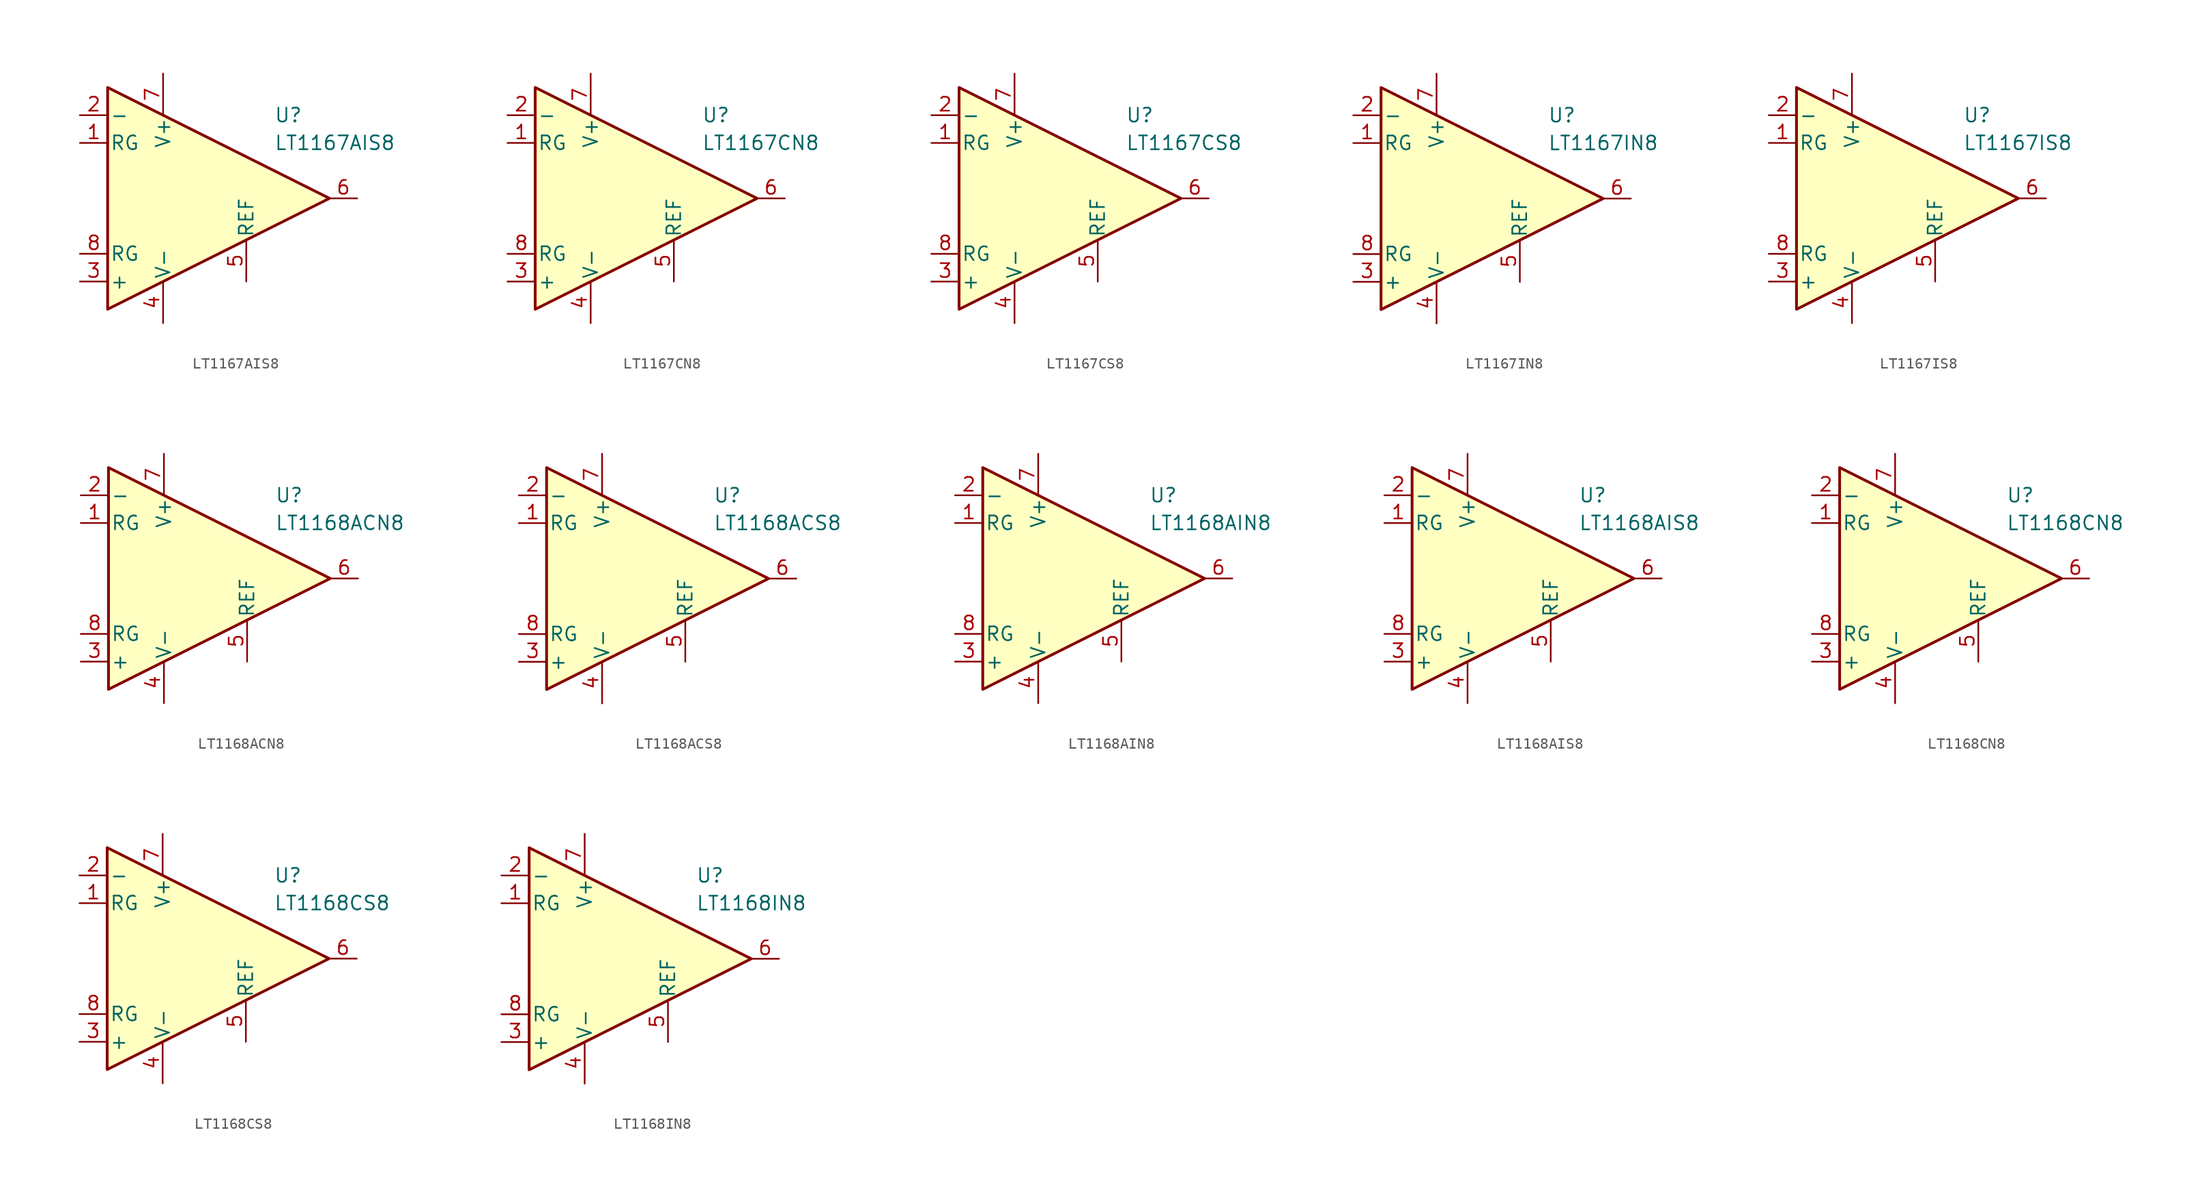
<source format=kicad_sym>
(kicad_symbol_lib
  (version 20231120)
  (generator "kicad_symbol_editor")
  (generator_version "8.0")
  (symbol "LT1167AIS8"
    (pin_names
      (offset 0.2))
    (property "Reference" "U"
      (at 6.35 7.62 0)
      (effects (font (size 1.27 1.27)) (justify left)))
    (property "Value" "LT1167AIS8"
      (at 6.35 5.08 0)
      (effects (font (size 1.27 1.27)) (justify left)))
    (symbol "LT1167AIS8_0_1"
      (polyline (pts (xy -8.89 10.16) (xy -8.89 -10.16) (xy 11.43 0) (xy -8.89 10.16)) (stroke (width 0.254) (type default)) (fill (type background))))
    (symbol "LT1167AIS8_1_1"
      (pin passive line (at -11.43 5.08 0) (length 2.54) (name "RG" (effects (font (size 1.27 1.27)))) (number "1" (effects (font (size 1.27 1.27)))))
      (pin input line (at -11.43 7.62 0) (length 2.54) (name "-" (effects (font (size 1.27 1.27)))) (number "2" (effects (font (size 1.27 1.27)))))
      (pin input line (at -11.43 -7.62 0) (length 2.54) (name "+" (effects (font (size 1.27 1.27)))) (number "3" (effects (font (size 1.27 1.27)))))
      (pin power_in line (at -3.81 -11.43 90) (length 3.81) (name "V-" (effects (font (size 1.27 1.27)))) (number "4" (effects (font (size 1.27 1.27)))))
      (pin input line (at 3.81 -7.62 90) (length 3.81) (name "REF" (effects (font (size 1.27 1.27)))) (number "5" (effects (font (size 1.27 1.27)))))
      (pin output line (at 13.97 0 180) (length 2.54) (name "~" (effects (font (size 1.27 1.27)))) (number "6" (effects (font (size 1.27 1.27)))))
      (pin power_in line (at -3.81 11.43 270) (length 3.81) (name "V+" (effects (font (size 1.27 1.27)))) (number "7" (effects (font (size 1.27 1.27)))))
      (pin passive line (at -11.43 -5.08 0) (length 2.54) (name "RG" (effects (font (size 1.27 1.27)))) (number "8" (effects (font (size 1.27 1.27)))))))
  (symbol "LT1167CN8"
    (pin_names
      (offset 0.2))
    (property "Reference" "U"
      (at 6.35 7.62 0)
      (effects (font (size 1.27 1.27)) (justify left)))
    (property "Value" "LT1167CN8"
      (at 6.35 5.08 0)
      (effects (font (size 1.27 1.27)) (justify left)))
    (symbol "LT1167CN8_0_1"
      (polyline (pts (xy -8.89 10.16) (xy -8.89 -10.16) (xy 11.43 0) (xy -8.89 10.16)) (stroke (width 0.254) (type default)) (fill (type background))))
    (symbol "LT1167CN8_1_1"
      (pin passive line (at -11.43 5.08 0) (length 2.54) (name "RG" (effects (font (size 1.27 1.27)))) (number "1" (effects (font (size 1.27 1.27)))))
      (pin input line (at -11.43 7.62 0) (length 2.54) (name "-" (effects (font (size 1.27 1.27)))) (number "2" (effects (font (size 1.27 1.27)))))
      (pin input line (at -11.43 -7.62 0) (length 2.54) (name "+" (effects (font (size 1.27 1.27)))) (number "3" (effects (font (size 1.27 1.27)))))
      (pin power_in line (at -3.81 -11.43 90) (length 3.81) (name "V-" (effects (font (size 1.27 1.27)))) (number "4" (effects (font (size 1.27 1.27)))))
      (pin input line (at 3.81 -7.62 90) (length 3.81) (name "REF" (effects (font (size 1.27 1.27)))) (number "5" (effects (font (size 1.27 1.27)))))
      (pin output line (at 13.97 0 180) (length 2.54) (name "~" (effects (font (size 1.27 1.27)))) (number "6" (effects (font (size 1.27 1.27)))))
      (pin power_in line (at -3.81 11.43 270) (length 3.81) (name "V+" (effects (font (size 1.27 1.27)))) (number "7" (effects (font (size 1.27 1.27)))))
      (pin passive line (at -11.43 -5.08 0) (length 2.54) (name "RG" (effects (font (size 1.27 1.27)))) (number "8" (effects (font (size 1.27 1.27)))))))
  (symbol "LT1167CS8"
    (pin_names
      (offset 0.2))
    (property "Reference" "U"
      (at 6.35 7.62 0)
      (effects (font (size 1.27 1.27)) (justify left)))
    (property "Value" "LT1167CS8"
      (at 6.35 5.08 0)
      (effects (font (size 1.27 1.27)) (justify left)))
    (symbol "LT1167CS8_0_1"
      (polyline (pts (xy -8.89 10.16) (xy -8.89 -10.16) (xy 11.43 0) (xy -8.89 10.16)) (stroke (width 0.254) (type default)) (fill (type background))))
    (symbol "LT1167CS8_1_1"
      (pin passive line (at -11.43 5.08 0) (length 2.54) (name "RG" (effects (font (size 1.27 1.27)))) (number "1" (effects (font (size 1.27 1.27)))))
      (pin input line (at -11.43 7.62 0) (length 2.54) (name "-" (effects (font (size 1.27 1.27)))) (number "2" (effects (font (size 1.27 1.27)))))
      (pin input line (at -11.43 -7.62 0) (length 2.54) (name "+" (effects (font (size 1.27 1.27)))) (number "3" (effects (font (size 1.27 1.27)))))
      (pin power_in line (at -3.81 -11.43 90) (length 3.81) (name "V-" (effects (font (size 1.27 1.27)))) (number "4" (effects (font (size 1.27 1.27)))))
      (pin input line (at 3.81 -7.62 90) (length 3.81) (name "REF" (effects (font (size 1.27 1.27)))) (number "5" (effects (font (size 1.27 1.27)))))
      (pin output line (at 13.97 0 180) (length 2.54) (name "~" (effects (font (size 1.27 1.27)))) (number "6" (effects (font (size 1.27 1.27)))))
      (pin power_in line (at -3.81 11.43 270) (length 3.81) (name "V+" (effects (font (size 1.27 1.27)))) (number "7" (effects (font (size 1.27 1.27)))))
      (pin passive line (at -11.43 -5.08 0) (length 2.54) (name "RG" (effects (font (size 1.27 1.27)))) (number "8" (effects (font (size 1.27 1.27)))))))
  (symbol "LT1167IN8"
    (pin_names
      (offset 0.2))
    (property "Reference" "U"
      (at 6.35 7.62 0)
      (effects (font (size 1.27 1.27)) (justify left)))
    (property "Value" "LT1167IN8"
      (at 6.35 5.08 0)
      (effects (font (size 1.27 1.27)) (justify left)))
    (symbol "LT1167IN8_0_1"
      (polyline (pts (xy -8.89 10.16) (xy -8.89 -10.16) (xy 11.43 0) (xy -8.89 10.16)) (stroke (width 0.254) (type default)) (fill (type background))))
    (symbol "LT1167IN8_1_1"
      (pin passive line (at -11.43 5.08 0) (length 2.54) (name "RG" (effects (font (size 1.27 1.27)))) (number "1" (effects (font (size 1.27 1.27)))))
      (pin input line (at -11.43 7.62 0) (length 2.54) (name "-" (effects (font (size 1.27 1.27)))) (number "2" (effects (font (size 1.27 1.27)))))
      (pin input line (at -11.43 -7.62 0) (length 2.54) (name "+" (effects (font (size 1.27 1.27)))) (number "3" (effects (font (size 1.27 1.27)))))
      (pin power_in line (at -3.81 -11.43 90) (length 3.81) (name "V-" (effects (font (size 1.27 1.27)))) (number "4" (effects (font (size 1.27 1.27)))))
      (pin input line (at 3.81 -7.62 90) (length 3.81) (name "REF" (effects (font (size 1.27 1.27)))) (number "5" (effects (font (size 1.27 1.27)))))
      (pin output line (at 13.97 0 180) (length 2.54) (name "~" (effects (font (size 1.27 1.27)))) (number "6" (effects (font (size 1.27 1.27)))))
      (pin power_in line (at -3.81 11.43 270) (length 3.81) (name "V+" (effects (font (size 1.27 1.27)))) (number "7" (effects (font (size 1.27 1.27)))))
      (pin passive line (at -11.43 -5.08 0) (length 2.54) (name "RG" (effects (font (size 1.27 1.27)))) (number "8" (effects (font (size 1.27 1.27)))))))
  (symbol "LT1167IS8"
    (pin_names
      (offset 0.2))
    (property "Reference" "U"
      (at 6.35 7.62 0)
      (effects (font (size 1.27 1.27)) (justify left)))
    (property "Value" "LT1167IS8"
      (at 6.35 5.08 0)
      (effects (font (size 1.27 1.27)) (justify left)))
    (symbol "LT1167IS8_0_1"
      (polyline (pts (xy -8.89 10.16) (xy -8.89 -10.16) (xy 11.43 0) (xy -8.89 10.16)) (stroke (width 0.254) (type default)) (fill (type background))))
    (symbol "LT1167IS8_1_1"
      (pin passive line (at -11.43 5.08 0) (length 2.54) (name "RG" (effects (font (size 1.27 1.27)))) (number "1" (effects (font (size 1.27 1.27)))))
      (pin input line (at -11.43 7.62 0) (length 2.54) (name "-" (effects (font (size 1.27 1.27)))) (number "2" (effects (font (size 1.27 1.27)))))
      (pin input line (at -11.43 -7.62 0) (length 2.54) (name "+" (effects (font (size 1.27 1.27)))) (number "3" (effects (font (size 1.27 1.27)))))
      (pin power_in line (at -3.81 -11.43 90) (length 3.81) (name "V-" (effects (font (size 1.27 1.27)))) (number "4" (effects (font (size 1.27 1.27)))))
      (pin input line (at 3.81 -7.62 90) (length 3.81) (name "REF" (effects (font (size 1.27 1.27)))) (number "5" (effects (font (size 1.27 1.27)))))
      (pin output line (at 13.97 0 180) (length 2.54) (name "~" (effects (font (size 1.27 1.27)))) (number "6" (effects (font (size 1.27 1.27)))))
      (pin power_in line (at -3.81 11.43 270) (length 3.81) (name "V+" (effects (font (size 1.27 1.27)))) (number "7" (effects (font (size 1.27 1.27)))))
      (pin passive line (at -11.43 -5.08 0) (length 2.54) (name "RG" (effects (font (size 1.27 1.27)))) (number "8" (effects (font (size 1.27 1.27)))))))
  (symbol "LT1168ACN8"
    (pin_names
      (offset 0.2))
    (property "Reference" "U"
      (at 6.35 7.62 0)
      (effects (font (size 1.27 1.27)) (justify left)))
    (property "Value" "LT1168ACN8"
      (at 6.35 5.08 0)
      (effects (font (size 1.27 1.27)) (justify left)))
    (symbol "LT1168ACN8_0_1"
      (polyline (pts (xy -8.89 10.16) (xy -8.89 -10.16) (xy 11.43 0) (xy -8.89 10.16)) (stroke (width 0.254) (type default)) (fill (type background))))
    (symbol "LT1168ACN8_1_1"
      (pin passive line (at -11.43 5.08 0) (length 2.54) (name "RG" (effects (font (size 1.27 1.27)))) (number "1" (effects (font (size 1.27 1.27)))))
      (pin input line (at -11.43 7.62 0) (length 2.54) (name "-" (effects (font (size 1.27 1.27)))) (number "2" (effects (font (size 1.27 1.27)))))
      (pin input line (at -11.43 -7.62 0) (length 2.54) (name "+" (effects (font (size 1.27 1.27)))) (number "3" (effects (font (size 1.27 1.27)))))
      (pin power_in line (at -3.81 -11.43 90) (length 3.81) (name "V-" (effects (font (size 1.27 1.27)))) (number "4" (effects (font (size 1.27 1.27)))))
      (pin input line (at 3.81 -7.62 90) (length 3.81) (name "REF" (effects (font (size 1.27 1.27)))) (number "5" (effects (font (size 1.27 1.27)))))
      (pin output line (at 13.97 0 180) (length 2.54) (name "~" (effects (font (size 1.27 1.27)))) (number "6" (effects (font (size 1.27 1.27)))))
      (pin power_in line (at -3.81 11.43 270) (length 3.81) (name "V+" (effects (font (size 1.27 1.27)))) (number "7" (effects (font (size 1.27 1.27)))))
      (pin passive line (at -11.43 -5.08 0) (length 2.54) (name "RG" (effects (font (size 1.27 1.27)))) (number "8" (effects (font (size 1.27 1.27)))))))
  (symbol "LT1168ACS8"
    (pin_names
      (offset 0.2))
    (property "Reference" "U"
      (at 6.35 7.62 0)
      (effects (font (size 1.27 1.27)) (justify left)))
    (property "Value" "LT1168ACS8"
      (at 6.35 5.08 0)
      (effects (font (size 1.27 1.27)) (justify left)))
    (symbol "LT1168ACS8_0_1"
      (polyline (pts (xy -8.89 10.16) (xy -8.89 -10.16) (xy 11.43 0) (xy -8.89 10.16)) (stroke (width 0.254) (type default)) (fill (type background))))
    (symbol "LT1168ACS8_1_1"
      (pin passive line (at -11.43 5.08 0) (length 2.54) (name "RG" (effects (font (size 1.27 1.27)))) (number "1" (effects (font (size 1.27 1.27)))))
      (pin input line (at -11.43 7.62 0) (length 2.54) (name "-" (effects (font (size 1.27 1.27)))) (number "2" (effects (font (size 1.27 1.27)))))
      (pin input line (at -11.43 -7.62 0) (length 2.54) (name "+" (effects (font (size 1.27 1.27)))) (number "3" (effects (font (size 1.27 1.27)))))
      (pin power_in line (at -3.81 -11.43 90) (length 3.81) (name "V-" (effects (font (size 1.27 1.27)))) (number "4" (effects (font (size 1.27 1.27)))))
      (pin input line (at 3.81 -7.62 90) (length 3.81) (name "REF" (effects (font (size 1.27 1.27)))) (number "5" (effects (font (size 1.27 1.27)))))
      (pin output line (at 13.97 0 180) (length 2.54) (name "~" (effects (font (size 1.27 1.27)))) (number "6" (effects (font (size 1.27 1.27)))))
      (pin power_in line (at -3.81 11.43 270) (length 3.81) (name "V+" (effects (font (size 1.27 1.27)))) (number "7" (effects (font (size 1.27 1.27)))))
      (pin passive line (at -11.43 -5.08 0) (length 2.54) (name "RG" (effects (font (size 1.27 1.27)))) (number "8" (effects (font (size 1.27 1.27)))))))
  (symbol "LT1168AIN8"
    (pin_names
      (offset 0.2))
    (property "Reference" "U"
      (at 6.35 7.62 0)
      (effects (font (size 1.27 1.27)) (justify left)))
    (property "Value" "LT1168AIN8"
      (at 6.35 5.08 0)
      (effects (font (size 1.27 1.27)) (justify left)))
    (symbol "LT1168AIN8_0_1"
      (polyline (pts (xy -8.89 10.16) (xy -8.89 -10.16) (xy 11.43 0) (xy -8.89 10.16)) (stroke (width 0.254) (type default)) (fill (type background))))
    (symbol "LT1168AIN8_1_1"
      (pin passive line (at -11.43 5.08 0) (length 2.54) (name "RG" (effects (font (size 1.27 1.27)))) (number "1" (effects (font (size 1.27 1.27)))))
      (pin input line (at -11.43 7.62 0) (length 2.54) (name "-" (effects (font (size 1.27 1.27)))) (number "2" (effects (font (size 1.27 1.27)))))
      (pin input line (at -11.43 -7.62 0) (length 2.54) (name "+" (effects (font (size 1.27 1.27)))) (number "3" (effects (font (size 1.27 1.27)))))
      (pin power_in line (at -3.81 -11.43 90) (length 3.81) (name "V-" (effects (font (size 1.27 1.27)))) (number "4" (effects (font (size 1.27 1.27)))))
      (pin input line (at 3.81 -7.62 90) (length 3.81) (name "REF" (effects (font (size 1.27 1.27)))) (number "5" (effects (font (size 1.27 1.27)))))
      (pin output line (at 13.97 0 180) (length 2.54) (name "~" (effects (font (size 1.27 1.27)))) (number "6" (effects (font (size 1.27 1.27)))))
      (pin power_in line (at -3.81 11.43 270) (length 3.81) (name "V+" (effects (font (size 1.27 1.27)))) (number "7" (effects (font (size 1.27 1.27)))))
      (pin passive line (at -11.43 -5.08 0) (length 2.54) (name "RG" (effects (font (size 1.27 1.27)))) (number "8" (effects (font (size 1.27 1.27)))))))
  (symbol "LT1168AIS8"
    (pin_names
      (offset 0.2))
    (property "Reference" "U"
      (at 6.35 7.62 0)
      (effects (font (size 1.27 1.27)) (justify left)))
    (property "Value" "LT1168AIS8"
      (at 6.35 5.08 0)
      (effects (font (size 1.27 1.27)) (justify left)))
    (symbol "LT1168AIS8_0_1"
      (polyline (pts (xy -8.89 10.16) (xy -8.89 -10.16) (xy 11.43 0) (xy -8.89 10.16)) (stroke (width 0.254) (type default)) (fill (type background))))
    (symbol "LT1168AIS8_1_1"
      (pin passive line (at -11.43 5.08 0) (length 2.54) (name "RG" (effects (font (size 1.27 1.27)))) (number "1" (effects (font (size 1.27 1.27)))))
      (pin input line (at -11.43 7.62 0) (length 2.54) (name "-" (effects (font (size 1.27 1.27)))) (number "2" (effects (font (size 1.27 1.27)))))
      (pin input line (at -11.43 -7.62 0) (length 2.54) (name "+" (effects (font (size 1.27 1.27)))) (number "3" (effects (font (size 1.27 1.27)))))
      (pin power_in line (at -3.81 -11.43 90) (length 3.81) (name "V-" (effects (font (size 1.27 1.27)))) (number "4" (effects (font (size 1.27 1.27)))))
      (pin input line (at 3.81 -7.62 90) (length 3.81) (name "REF" (effects (font (size 1.27 1.27)))) (number "5" (effects (font (size 1.27 1.27)))))
      (pin output line (at 13.97 0 180) (length 2.54) (name "~" (effects (font (size 1.27 1.27)))) (number "6" (effects (font (size 1.27 1.27)))))
      (pin power_in line (at -3.81 11.43 270) (length 3.81) (name "V+" (effects (font (size 1.27 1.27)))) (number "7" (effects (font (size 1.27 1.27)))))
      (pin passive line (at -11.43 -5.08 0) (length 2.54) (name "RG" (effects (font (size 1.27 1.27)))) (number "8" (effects (font (size 1.27 1.27)))))))
  (symbol "LT1168CN8"
    (pin_names
      (offset 0.2))
    (property "Reference" "U"
      (at 6.35 7.62 0)
      (effects (font (size 1.27 1.27)) (justify left)))
    (property "Value" "LT1168CN8"
      (at 6.35 5.08 0)
      (effects (font (size 1.27 1.27)) (justify left)))
    (symbol "LT1168CN8_0_1"
      (polyline (pts (xy -8.89 10.16) (xy -8.89 -10.16) (xy 11.43 0) (xy -8.89 10.16)) (stroke (width 0.254) (type default)) (fill (type background))))
    (symbol "LT1168CN8_1_1"
      (pin passive line (at -11.43 5.08 0) (length 2.54) (name "RG" (effects (font (size 1.27 1.27)))) (number "1" (effects (font (size 1.27 1.27)))))
      (pin input line (at -11.43 7.62 0) (length 2.54) (name "-" (effects (font (size 1.27 1.27)))) (number "2" (effects (font (size 1.27 1.27)))))
      (pin input line (at -11.43 -7.62 0) (length 2.54) (name "+" (effects (font (size 1.27 1.27)))) (number "3" (effects (font (size 1.27 1.27)))))
      (pin power_in line (at -3.81 -11.43 90) (length 3.81) (name "V-" (effects (font (size 1.27 1.27)))) (number "4" (effects (font (size 1.27 1.27)))))
      (pin input line (at 3.81 -7.62 90) (length 3.81) (name "REF" (effects (font (size 1.27 1.27)))) (number "5" (effects (font (size 1.27 1.27)))))
      (pin output line (at 13.97 0 180) (length 2.54) (name "~" (effects (font (size 1.27 1.27)))) (number "6" (effects (font (size 1.27 1.27)))))
      (pin power_in line (at -3.81 11.43 270) (length 3.81) (name "V+" (effects (font (size 1.27 1.27)))) (number "7" (effects (font (size 1.27 1.27)))))
      (pin passive line (at -11.43 -5.08 0) (length 2.54) (name "RG" (effects (font (size 1.27 1.27)))) (number "8" (effects (font (size 1.27 1.27)))))))
  (symbol "LT1168CS8"
    (pin_names
      (offset 0.2))
    (property "Reference" "U"
      (at 6.35 7.62 0)
      (effects (font (size 1.27 1.27)) (justify left)))
    (property "Value" "LT1168CS8"
      (at 6.35 5.08 0)
      (effects (font (size 1.27 1.27)) (justify left)))
    (symbol "LT1168CS8_0_1"
      (polyline (pts (xy -8.89 10.16) (xy -8.89 -10.16) (xy 11.43 0) (xy -8.89 10.16)) (stroke (width 0.254) (type default)) (fill (type background))))
    (symbol "LT1168CS8_1_1"
      (pin passive line (at -11.43 5.08 0) (length 2.54) (name "RG" (effects (font (size 1.27 1.27)))) (number "1" (effects (font (size 1.27 1.27)))))
      (pin input line (at -11.43 7.62 0) (length 2.54) (name "-" (effects (font (size 1.27 1.27)))) (number "2" (effects (font (size 1.27 1.27)))))
      (pin input line (at -11.43 -7.62 0) (length 2.54) (name "+" (effects (font (size 1.27 1.27)))) (number "3" (effects (font (size 1.27 1.27)))))
      (pin power_in line (at -3.81 -11.43 90) (length 3.81) (name "V-" (effects (font (size 1.27 1.27)))) (number "4" (effects (font (size 1.27 1.27)))))
      (pin input line (at 3.81 -7.62 90) (length 3.81) (name "REF" (effects (font (size 1.27 1.27)))) (number "5" (effects (font (size 1.27 1.27)))))
      (pin output line (at 13.97 0 180) (length 2.54) (name "~" (effects (font (size 1.27 1.27)))) (number "6" (effects (font (size 1.27 1.27)))))
      (pin power_in line (at -3.81 11.43 270) (length 3.81) (name "V+" (effects (font (size 1.27 1.27)))) (number "7" (effects (font (size 1.27 1.27)))))
      (pin passive line (at -11.43 -5.08 0) (length 2.54) (name "RG" (effects (font (size 1.27 1.27)))) (number "8" (effects (font (size 1.27 1.27)))))))
  (symbol "LT1168IN8"
    (pin_names
      (offset 0.2))
    (property "Reference" "U"
      (at 6.35 7.62 0)
      (effects (font (size 1.27 1.27)) (justify left)))
    (property "Value" "LT1168IN8"
      (at 6.35 5.08 0)
      (effects (font (size 1.27 1.27)) (justify left)))
    (symbol "LT1168IN8_0_1"
      (polyline (pts (xy -8.89 10.16) (xy -8.89 -10.16) (xy 11.43 0) (xy -8.89 10.16)) (stroke (width 0.254) (type default)) (fill (type background))))
    (symbol "LT1168IN8_1_1"
      (pin passive line (at -11.43 5.08 0) (length 2.54) (name "RG" (effects (font (size 1.27 1.27)))) (number "1" (effects (font (size 1.27 1.27)))))
      (pin input line (at -11.43 7.62 0) (length 2.54) (name "-" (effects (font (size 1.27 1.27)))) (number "2" (effects (font (size 1.27 1.27)))))
      (pin input line (at -11.43 -7.62 0) (length 2.54) (name "+" (effects (font (size 1.27 1.27)))) (number "3" (effects (font (size 1.27 1.27)))))
      (pin power_in line (at -3.81 -11.43 90) (length 3.81) (name "V-" (effects (font (size 1.27 1.27)))) (number "4" (effects (font (size 1.27 1.27)))))
      (pin input line (at 3.81 -7.62 90) (length 3.81) (name "REF" (effects (font (size 1.27 1.27)))) (number "5" (effects (font (size 1.27 1.27)))))
      (pin output line (at 13.97 0 180) (length 2.54) (name "~" (effects (font (size 1.27 1.27)))) (number "6" (effects (font (size 1.27 1.27)))))
      (pin power_in line (at -3.81 11.43 270) (length 3.81) (name "V+" (effects (font (size 1.27 1.27)))) (number "7" (effects (font (size 1.27 1.27)))))
      (pin passive line (at -11.43 -5.08 0) (length 2.54) (name "RG" (effects (font (size 1.27 1.27)))) (number "8" (effects (font (size 1.27 1.27))))))))
</source>
